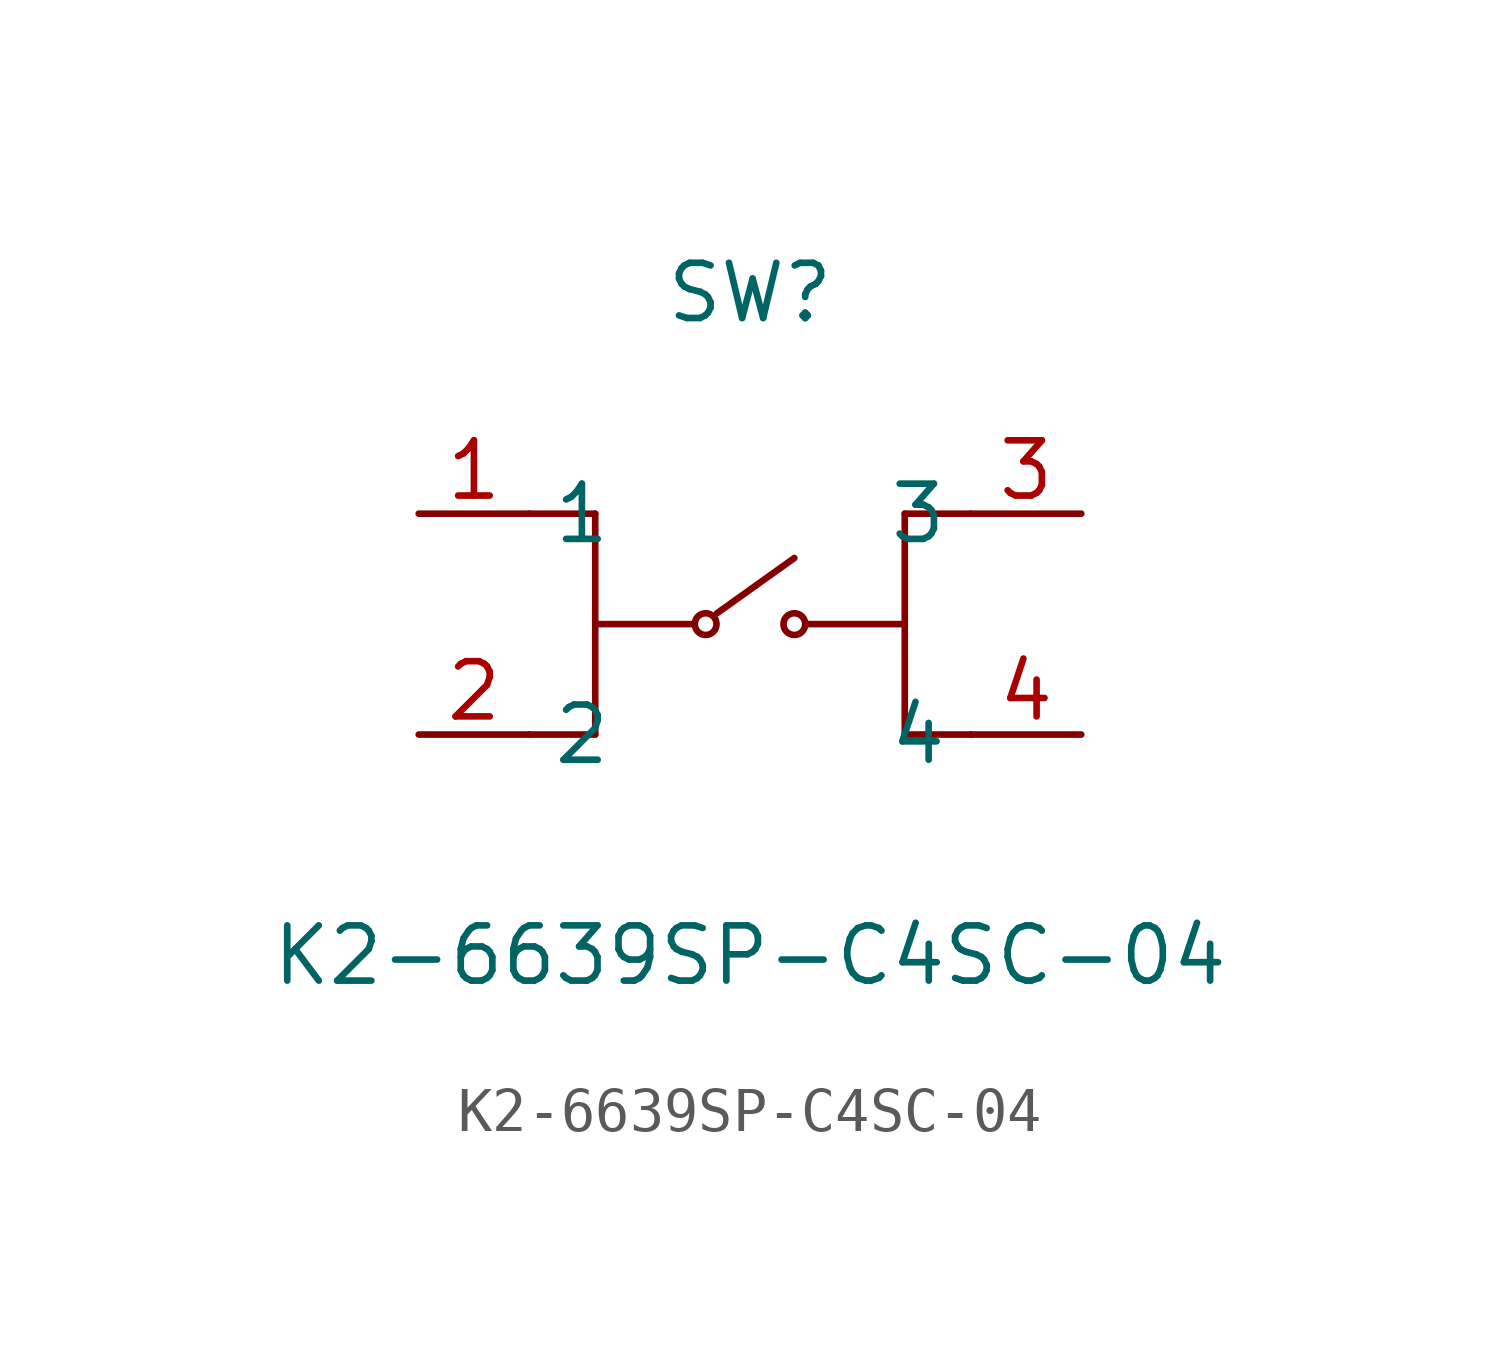
<source format=kicad_sym>
(kicad_symbol_lib
  (version 20211014)
  (generator https://github.com/uPesy/easyeda2kicad.py)
  (symbol "K2-6639SP-C4SC-04"
    (property "Reference" "SW"
      (at 0 7.62 0)
      (effects (font (size 1.27 1.27))))
    (property "Value" "K2-6639SP-C4SC-04"
      (at 0 -7.62 0)
      (effects (font (size 1.27 1.27))))
    (symbol "K2-6639SP-C4SC-04_0_1"
      (circle (center 1.02 -0.00) (radius 0.25) (stroke (width 0) (type default) (color 0 0 0 0)) (fill (type none)))
      (circle (center -1.02 -0.00) (radius 0.25) (stroke (width 0) (type default) (color 0 0 0 0)) (fill (type none)))
      (polyline (pts (xy -3.56 -2.54) (xy -3.56 2.54)) (stroke (width 0) (type default) (color 0 0 0 0)) (fill (type none)))
      (polyline (pts (xy 3.56 -2.54) (xy 3.56 2.54)) (stroke (width 0) (type default) (color 0 0 0 0)) (fill (type none)))
      (polyline (pts (xy -5.08 2.54) (xy -3.56 2.54)) (stroke (width 0) (type default) (color 0 0 0 0)) (fill (type none)))
      (polyline (pts (xy -5.08 -2.54) (xy -3.56 -2.54)) (stroke (width 0) (type default) (color 0 0 0 0)) (fill (type none)))
      (polyline (pts (xy 5.08 2.54) (xy 3.56 2.54)) (stroke (width 0) (type default) (color 0 0 0 0)) (fill (type none)))
      (polyline (pts (xy 5.08 -2.54) (xy 3.56 -2.54)) (stroke (width 0) (type default) (color 0 0 0 0)) (fill (type none)))
      (polyline (pts (xy 1.27 -0.00) (xy 3.56 -0.00)) (stroke (width 0) (type default) (color 0 0 0 0)) (fill (type none)))
      (polyline (pts (xy -1.27 -0.00) (xy -3.56 -0.00)) (stroke (width 0) (type default) (color 0 0 0 0)) (fill (type none)))
      (polyline (pts (xy -0.76 0.25) (xy 1.02 1.52)) (stroke (width 0) (type default) (color 0 0 0 0)) (fill (type none)))
      (pin unspecified line (at -7.62 -2.54 0) (length 2.54) (name "2" (effects (font (size 1.27 1.27)))) (number "2" (effects (font (size 1.27 1.27)))))
      (pin unspecified line (at -7.62 2.54 0) (length 2.54) (name "1" (effects (font (size 1.27 1.27)))) (number "1" (effects (font (size 1.27 1.27)))))
      (pin unspecified line (at 7.62 2.54 180) (length 2.54) (name "3" (effects (font (size 1.27 1.27)))) (number "3" (effects (font (size 1.27 1.27)))))
      (pin unspecified line (at 7.62 -2.54 180) (length 2.54) (name "4" (effects (font (size 1.27 1.27)))) (number "4" (effects (font (size 1.27 1.27))))))))
</source>
